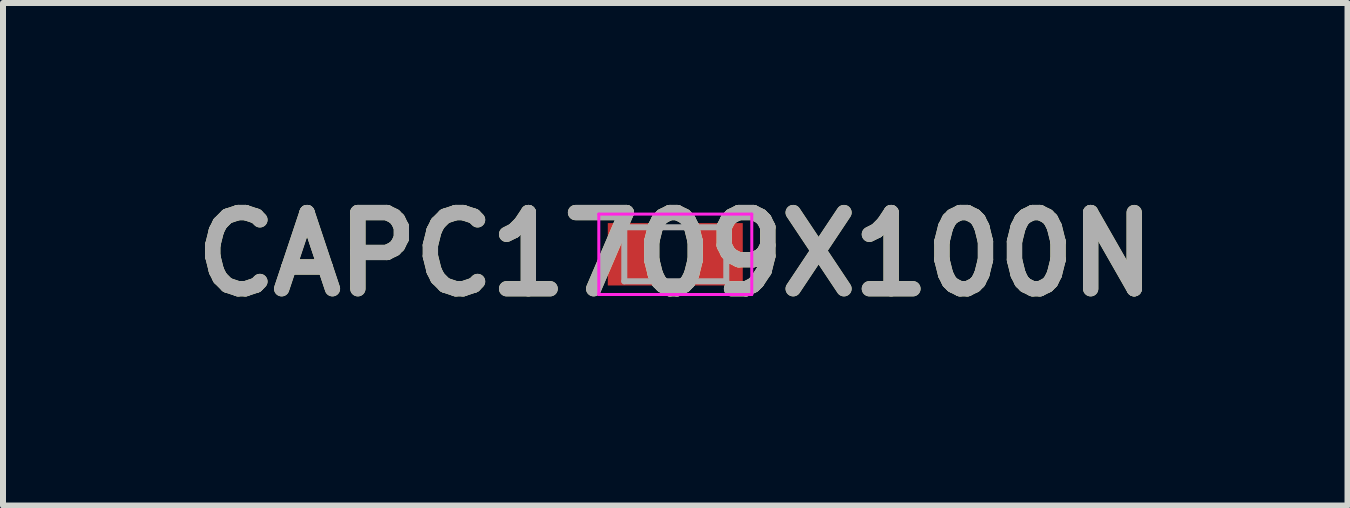
<source format=kicad_pcb>
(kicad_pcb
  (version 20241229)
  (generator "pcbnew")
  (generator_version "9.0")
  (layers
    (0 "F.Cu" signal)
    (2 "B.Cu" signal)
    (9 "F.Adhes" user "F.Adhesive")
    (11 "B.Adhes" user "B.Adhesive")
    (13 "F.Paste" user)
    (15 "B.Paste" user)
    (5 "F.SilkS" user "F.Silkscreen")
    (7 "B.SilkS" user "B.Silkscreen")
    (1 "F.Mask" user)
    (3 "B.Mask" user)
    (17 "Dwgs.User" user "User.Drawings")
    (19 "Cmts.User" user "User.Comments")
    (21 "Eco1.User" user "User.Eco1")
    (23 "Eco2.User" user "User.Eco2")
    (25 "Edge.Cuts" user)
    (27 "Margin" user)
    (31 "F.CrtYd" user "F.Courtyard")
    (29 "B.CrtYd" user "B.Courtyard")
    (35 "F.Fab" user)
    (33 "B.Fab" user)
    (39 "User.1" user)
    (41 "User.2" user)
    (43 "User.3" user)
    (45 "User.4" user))
  (footprint "CAPC1709X100N"
    (layer "F.Cu")
    (at 8.207 1.189)
    (property "Reference" "CAPC1709X100N" (at 0 0 0) (layer "F.SilkS") (effects (font (size 1.27 1.27) (thickness 0.254))))
    (attr smd)
    (fp_line (start -1.275 -0.67) (end 1.275 -0.67) (stroke (width 0.05) (type solid)) (layer "F.CrtYd"))
    (fp_line (start -1.275 0.67) (end -1.275 -0.67) (stroke (width 0.05) (type solid)) (layer "F.CrtYd"))
    (fp_line (start 1.275 -0.67) (end 1.275 0.67) (stroke (width 0.05) (type solid)) (layer "F.CrtYd"))
    (fp_line (start 1.275 0.67) (end -1.275 0.67) (stroke (width 0.05) (type solid)) (layer "F.CrtYd"))
    (fp_line (start -0.85 -0.45) (end 0.85 -0.45) (stroke (width 0.1) (type solid)) (layer "F.Fab"))
    (fp_line (start -0.85 0.45) (end -0.85 -0.45) (stroke (width 0.1) (type solid)) (layer "F.Fab"))
    (fp_line (start 0.85 -0.45) (end 0.85 0.45) (stroke (width 0.1) (type solid)) (layer "F.Fab"))
    (fp_line (start 0.85 0.45) (end -0.85 0.45) (stroke (width 0.1) (type solid)) (layer "F.Fab"))
    (fp_text user "${REFERENCE}" (at 0 0 0) (layer "F.Fab") (effects (font (size 1.27 1.27) (thickness 0.254))))
    (pad "1" smd rect (at -0.72 0) (size 0.81 1.04) (layers "F.Cu" "F.Mask" "F.Paste"))
    (pad "2" smd rect (at 0.72 0) (size 0.81 1.04) (layers "F.Cu" "F.Mask" "F.Paste")))
  (gr_rect
    (start -3 -3)
    (end 19.413 5.377)
    (stroke (width 0.1) (type default))
    (fill no)
    (layer "Edge.Cuts")))
</source>
